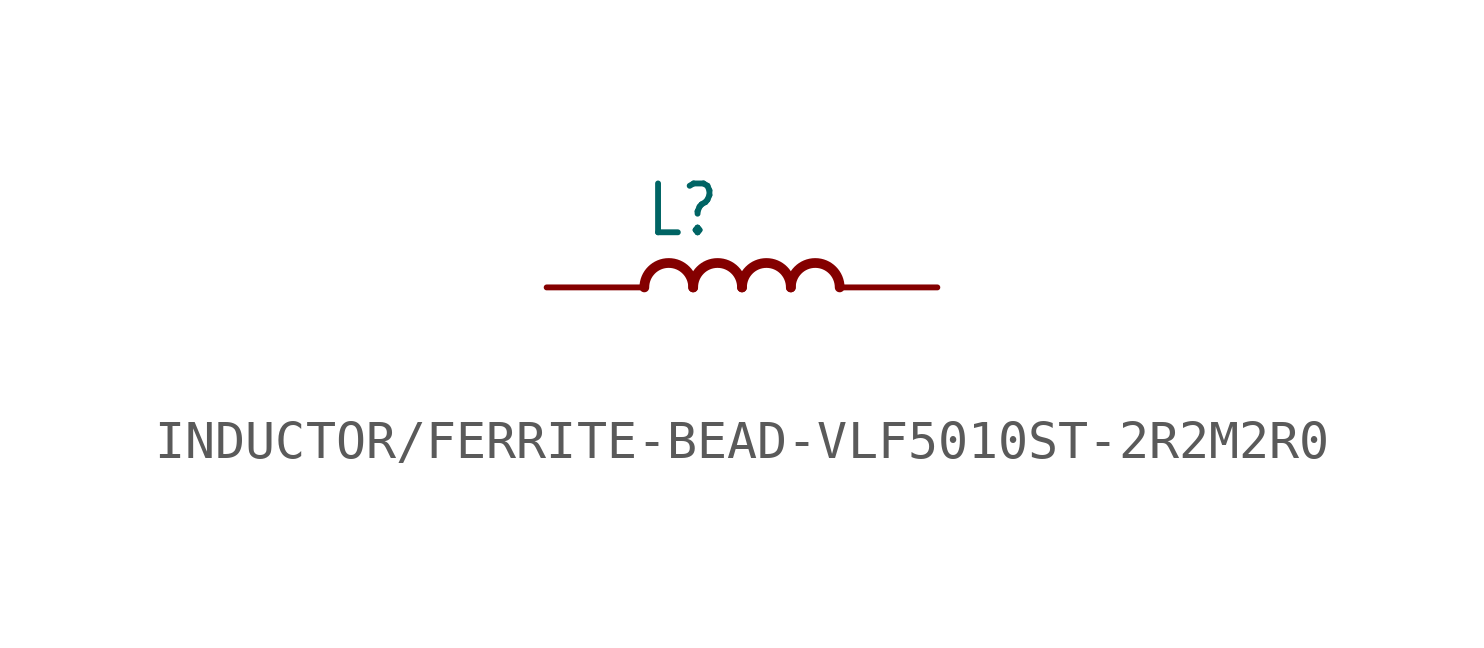
<source format=kicad_sym>
(kicad_symbol_lib
  (version 20231120)
  (generator "kicad_symbol_editor")
  (generator_version "8.0")
  (symbol "INDUCTOR/FERRITE-BEAD-VLF5010ST-2R2M2R0"
    (property "Reference" "L"
      (at -2.54 1.27 0)
      (effects (font (size 1.27 1.079)) (justify left bottom)))
    (property "Value" ""
      (at -2.54 -2.54 0)
      (effects (font (size 1.27 1.079)) (justify left bottom)))
    (property "ki_locked" ""
      (at 0 0 0)
      (effects (font (size 1.27 1.27))))
    (symbol "INDUCTOR/FERRITE-BEAD-VLF5010ST-2R2M2R0_1_0"
      (arc (start -1.27 0) (mid -1.905 0.635) (end -2.54 0) (stroke (width 0.254) (type solid)) (fill (type none)))
      (arc (start 0 0) (mid -0.635 0.635) (end -1.27 0) (stroke (width 0.254) (type solid)) (fill (type none)))
      (arc (start 1.27 0) (mid 0.635 0.635) (end 0 0) (stroke (width 0.254) (type solid)) (fill (type none)))
      (arc (start 2.54 0) (mid 1.905 0.635) (end 1.27 0) (stroke (width 0.254) (type solid)) (fill (type none)))
      (pin passive line (at -5.08 0 0) (length 2.54) (name "1" (effects (font (size 0 0)))) (number "1" (effects (font (size 0 0)))))
      (pin passive line (at 5.08 0 180) (length 2.54) (name "2" (effects (font (size 0 0)))) (number "2" (effects (font (size 0 0))))))))
</source>
